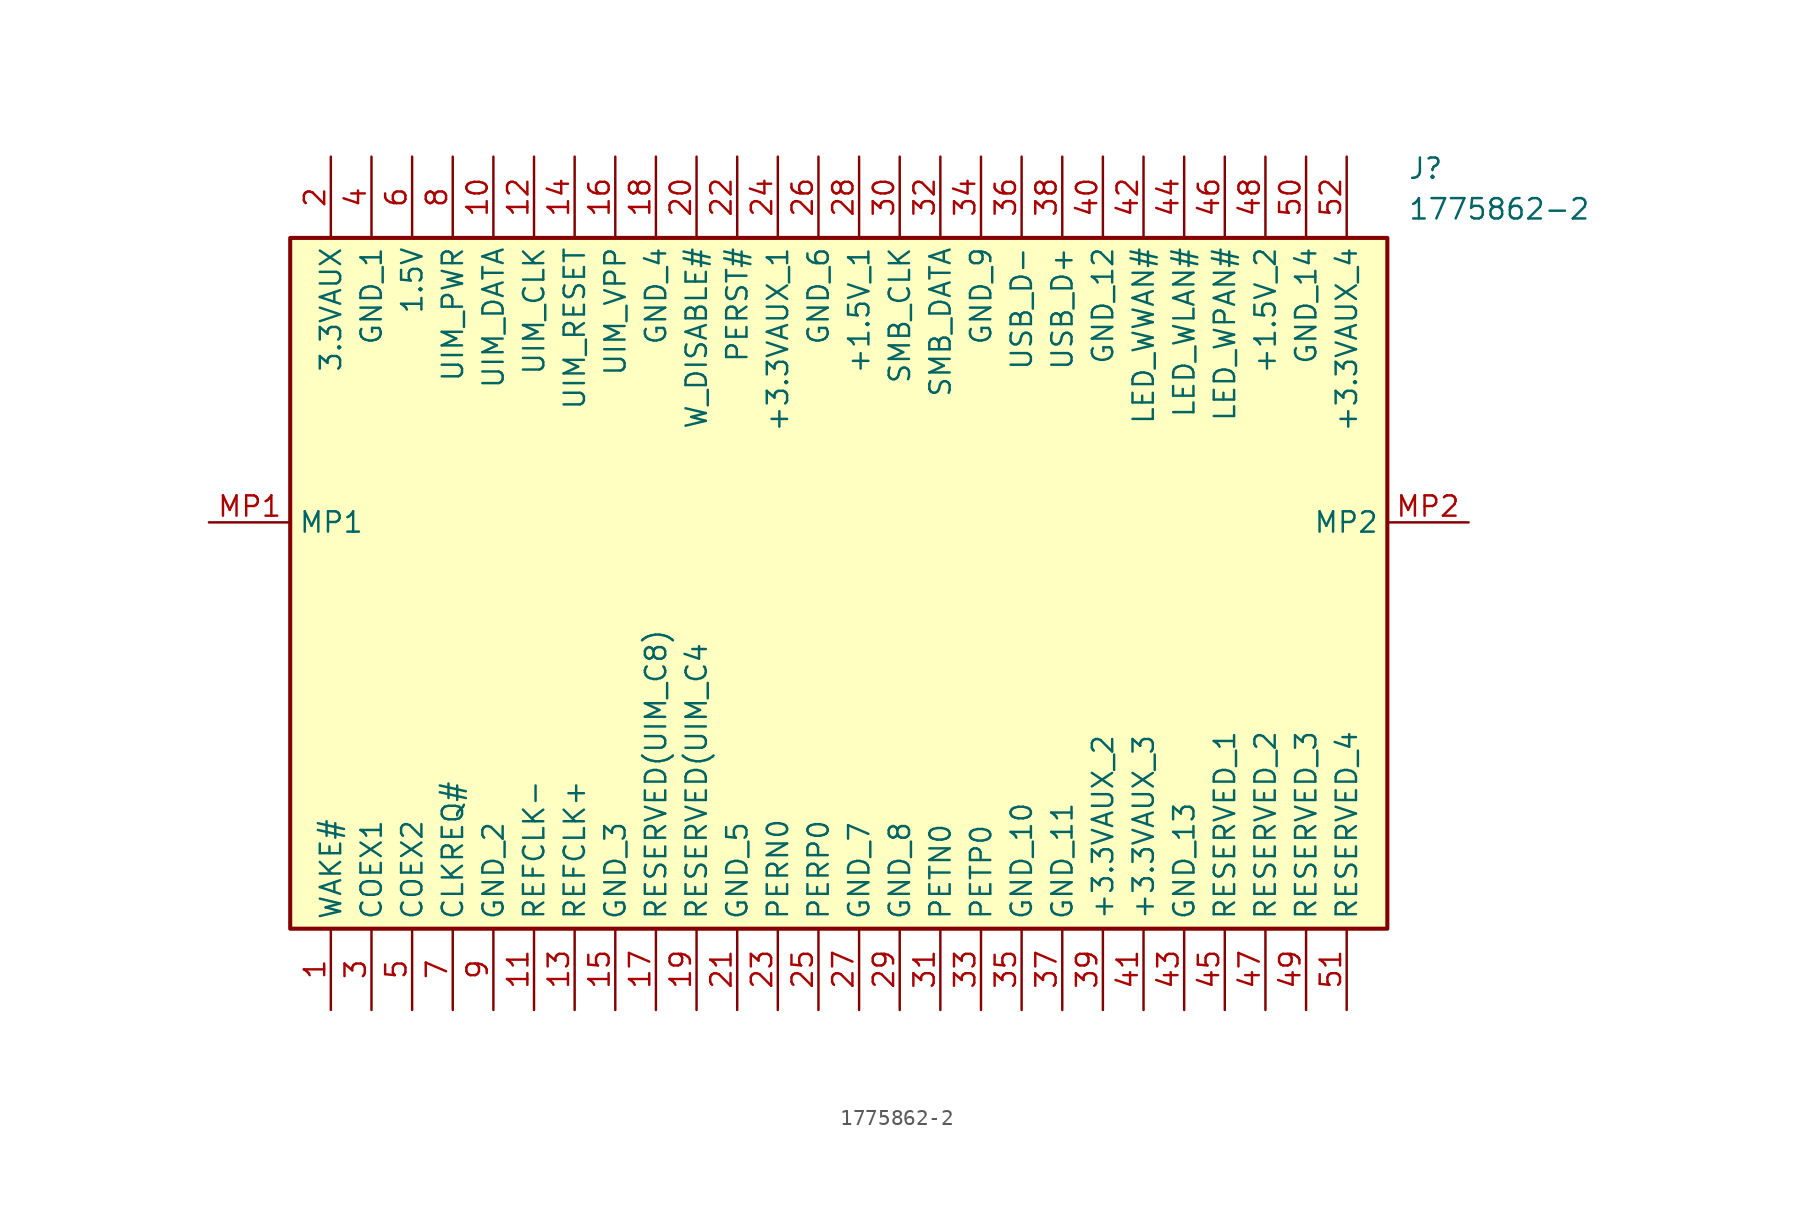
<source format=kicad_sym>
(kicad_symbol_lib
  (version 20241209)
  (generator "kicad_symbol_editor")
  (generator_version "9.0")
  (symbol "1775862-2"
    (property "Reference" "J"
      (at 74.93 22.86 0)
      (effects (font (size 1.27 1.27)) (justify left top)))
    (property "Value" "1775862-2"
      (at 74.93 20.32 0)
      (effects (font (size 1.27 1.27)) (justify left top)))
    (symbol "1775862-2_1_1"
      (rectangle (start 5.08 17.78) (end 73.66 -25.4) (stroke (width 0.254) (type default)) (fill (type background)))
      (pin passive line (at 0 0 0) (length 5.08) (name "MP1" (effects (font (size 1.27 1.27)))) (number "MP1" (effects (font (size 1.27 1.27)))))
      (pin passive line (at 7.62 22.86 270) (length 5.08) (name "3.3VAUX" (effects (font (size 1.27 1.27)))) (number "2" (effects (font (size 1.27 1.27)))))
      (pin passive line (at 7.62 -30.48 90) (length 5.08) (name "WAKE#" (effects (font (size 1.27 1.27)))) (number "1" (effects (font (size 1.27 1.27)))))
      (pin passive line (at 10.16 22.86 270) (length 5.08) (name "GND_1" (effects (font (size 1.27 1.27)))) (number "4" (effects (font (size 1.27 1.27)))))
      (pin passive line (at 10.16 -30.48 90) (length 5.08) (name "COEX1" (effects (font (size 1.27 1.27)))) (number "3" (effects (font (size 1.27 1.27)))))
      (pin passive line (at 12.7 22.86 270) (length 5.08) (name "1.5V" (effects (font (size 1.27 1.27)))) (number "6" (effects (font (size 1.27 1.27)))))
      (pin passive line (at 12.7 -30.48 90) (length 5.08) (name "COEX2" (effects (font (size 1.27 1.27)))) (number "5" (effects (font (size 1.27 1.27)))))
      (pin passive line (at 15.24 22.86 270) (length 5.08) (name "UIM_PWR" (effects (font (size 1.27 1.27)))) (number "8" (effects (font (size 1.27 1.27)))))
      (pin passive line (at 15.24 -30.48 90) (length 5.08) (name "CLKREQ#" (effects (font (size 1.27 1.27)))) (number "7" (effects (font (size 1.27 1.27)))))
      (pin passive line (at 17.78 22.86 270) (length 5.08) (name "UIM_DATA" (effects (font (size 1.27 1.27)))) (number "10" (effects (font (size 1.27 1.27)))))
      (pin passive line (at 17.78 -30.48 90) (length 5.08) (name "GND_2" (effects (font (size 1.27 1.27)))) (number "9" (effects (font (size 1.27 1.27)))))
      (pin passive line (at 20.32 22.86 270) (length 5.08) (name "UIM_CLK" (effects (font (size 1.27 1.27)))) (number "12" (effects (font (size 1.27 1.27)))))
      (pin passive line (at 20.32 -30.48 90) (length 5.08) (name "REFCLK-" (effects (font (size 1.27 1.27)))) (number "11" (effects (font (size 1.27 1.27)))))
      (pin passive line (at 22.86 22.86 270) (length 5.08) (name "UIM_RESET" (effects (font (size 1.27 1.27)))) (number "14" (effects (font (size 1.27 1.27)))))
      (pin passive line (at 22.86 -30.48 90) (length 5.08) (name "REFCLK+" (effects (font (size 1.27 1.27)))) (number "13" (effects (font (size 1.27 1.27)))))
      (pin passive line (at 25.4 22.86 270) (length 5.08) (name "UIM_VPP" (effects (font (size 1.27 1.27)))) (number "16" (effects (font (size 1.27 1.27)))))
      (pin passive line (at 25.4 -30.48 90) (length 5.08) (name "GND_3" (effects (font (size 1.27 1.27)))) (number "15" (effects (font (size 1.27 1.27)))))
      (pin passive line (at 27.94 22.86 270) (length 5.08) (name "GND_4" (effects (font (size 1.27 1.27)))) (number "18" (effects (font (size 1.27 1.27)))))
      (pin passive line (at 27.94 -30.48 90) (length 5.08) (name "RESERVED(UIM_C8)" (effects (font (size 1.27 1.27)))) (number "17" (effects (font (size 1.27 1.27)))))
      (pin passive line (at 30.48 22.86 270) (length 5.08) (name "W_DISABLE#" (effects (font (size 1.27 1.27)))) (number "20" (effects (font (size 1.27 1.27)))))
      (pin passive line (at 30.48 -30.48 90) (length 5.08) (name "RESERVED(UIM_C4" (effects (font (size 1.27 1.27)))) (number "19" (effects (font (size 1.27 1.27)))))
      (pin passive line (at 33.02 22.86 270) (length 5.08) (name "PERST#" (effects (font (size 1.27 1.27)))) (number "22" (effects (font (size 1.27 1.27)))))
      (pin passive line (at 33.02 -30.48 90) (length 5.08) (name "GND_5" (effects (font (size 1.27 1.27)))) (number "21" (effects (font (size 1.27 1.27)))))
      (pin passive line (at 35.56 22.86 270) (length 5.08) (name "+3.3VAUX_1" (effects (font (size 1.27 1.27)))) (number "24" (effects (font (size 1.27 1.27)))))
      (pin passive line (at 35.56 -30.48 90) (length 5.08) (name "PERN0" (effects (font (size 1.27 1.27)))) (number "23" (effects (font (size 1.27 1.27)))))
      (pin passive line (at 38.1 22.86 270) (length 5.08) (name "GND_6" (effects (font (size 1.27 1.27)))) (number "26" (effects (font (size 1.27 1.27)))))
      (pin passive line (at 38.1 -30.48 90) (length 5.08) (name "PERP0" (effects (font (size 1.27 1.27)))) (number "25" (effects (font (size 1.27 1.27)))))
      (pin passive line (at 40.64 22.86 270) (length 5.08) (name "+1.5V_1" (effects (font (size 1.27 1.27)))) (number "28" (effects (font (size 1.27 1.27)))))
      (pin passive line (at 40.64 -30.48 90) (length 5.08) (name "GND_7" (effects (font (size 1.27 1.27)))) (number "27" (effects (font (size 1.27 1.27)))))
      (pin passive line (at 43.18 22.86 270) (length 5.08) (name "SMB_CLK" (effects (font (size 1.27 1.27)))) (number "30" (effects (font (size 1.27 1.27)))))
      (pin passive line (at 43.18 -30.48 90) (length 5.08) (name "GND_8" (effects (font (size 1.27 1.27)))) (number "29" (effects (font (size 1.27 1.27)))))
      (pin passive line (at 45.72 22.86 270) (length 5.08) (name "SMB_DATA" (effects (font (size 1.27 1.27)))) (number "32" (effects (font (size 1.27 1.27)))))
      (pin passive line (at 45.72 -30.48 90) (length 5.08) (name "PETN0" (effects (font (size 1.27 1.27)))) (number "31" (effects (font (size 1.27 1.27)))))
      (pin passive line (at 48.26 22.86 270) (length 5.08) (name "GND_9" (effects (font (size 1.27 1.27)))) (number "34" (effects (font (size 1.27 1.27)))))
      (pin passive line (at 48.26 -30.48 90) (length 5.08) (name "PETP0" (effects (font (size 1.27 1.27)))) (number "33" (effects (font (size 1.27 1.27)))))
      (pin passive line (at 50.8 22.86 270) (length 5.08) (name "USB_D-" (effects (font (size 1.27 1.27)))) (number "36" (effects (font (size 1.27 1.27)))))
      (pin passive line (at 50.8 -30.48 90) (length 5.08) (name "GND_10" (effects (font (size 1.27 1.27)))) (number "35" (effects (font (size 1.27 1.27)))))
      (pin passive line (at 53.34 22.86 270) (length 5.08) (name "USB_D+" (effects (font (size 1.27 1.27)))) (number "38" (effects (font (size 1.27 1.27)))))
      (pin passive line (at 53.34 -30.48 90) (length 5.08) (name "GND_11" (effects (font (size 1.27 1.27)))) (number "37" (effects (font (size 1.27 1.27)))))
      (pin passive line (at 55.88 22.86 270) (length 5.08) (name "GND_12" (effects (font (size 1.27 1.27)))) (number "40" (effects (font (size 1.27 1.27)))))
      (pin passive line (at 55.88 -30.48 90) (length 5.08) (name "+3.3VAUX_2" (effects (font (size 1.27 1.27)))) (number "39" (effects (font (size 1.27 1.27)))))
      (pin passive line (at 58.42 22.86 270) (length 5.08) (name "LED_WWAN#" (effects (font (size 1.27 1.27)))) (number "42" (effects (font (size 1.27 1.27)))))
      (pin passive line (at 58.42 -30.48 90) (length 5.08) (name "+3.3VAUX_3" (effects (font (size 1.27 1.27)))) (number "41" (effects (font (size 1.27 1.27)))))
      (pin passive line (at 60.96 22.86 270) (length 5.08) (name "LED_WLAN#" (effects (font (size 1.27 1.27)))) (number "44" (effects (font (size 1.27 1.27)))))
      (pin passive line (at 60.96 -30.48 90) (length 5.08) (name "GND_13" (effects (font (size 1.27 1.27)))) (number "43" (effects (font (size 1.27 1.27)))))
      (pin passive line (at 63.5 22.86 270) (length 5.08) (name "LED_WPAN#" (effects (font (size 1.27 1.27)))) (number "46" (effects (font (size 1.27 1.27)))))
      (pin passive line (at 63.5 -30.48 90) (length 5.08) (name "RESERVED_1" (effects (font (size 1.27 1.27)))) (number "45" (effects (font (size 1.27 1.27)))))
      (pin passive line (at 66.04 22.86 270) (length 5.08) (name "+1.5V_2" (effects (font (size 1.27 1.27)))) (number "48" (effects (font (size 1.27 1.27)))))
      (pin passive line (at 66.04 -30.48 90) (length 5.08) (name "RESERVED_2" (effects (font (size 1.27 1.27)))) (number "47" (effects (font (size 1.27 1.27)))))
      (pin passive line (at 68.58 22.86 270) (length 5.08) (name "GND_14" (effects (font (size 1.27 1.27)))) (number "50" (effects (font (size 1.27 1.27)))))
      (pin passive line (at 68.58 -30.48 90) (length 5.08) (name "RESERVED_3" (effects (font (size 1.27 1.27)))) (number "49" (effects (font (size 1.27 1.27)))))
      (pin passive line (at 71.12 22.86 270) (length 5.08) (name "+3.3VAUX_4" (effects (font (size 1.27 1.27)))) (number "52" (effects (font (size 1.27 1.27)))))
      (pin passive line (at 71.12 -30.48 90) (length 5.08) (name "RESERVED_4" (effects (font (size 1.27 1.27)))) (number "51" (effects (font (size 1.27 1.27)))))
      (pin passive line (at 78.74 0 180) (length 5.08) (name "MP2" (effects (font (size 1.27 1.27)))) (number "MP2" (effects (font (size 1.27 1.27))))))))
</source>
